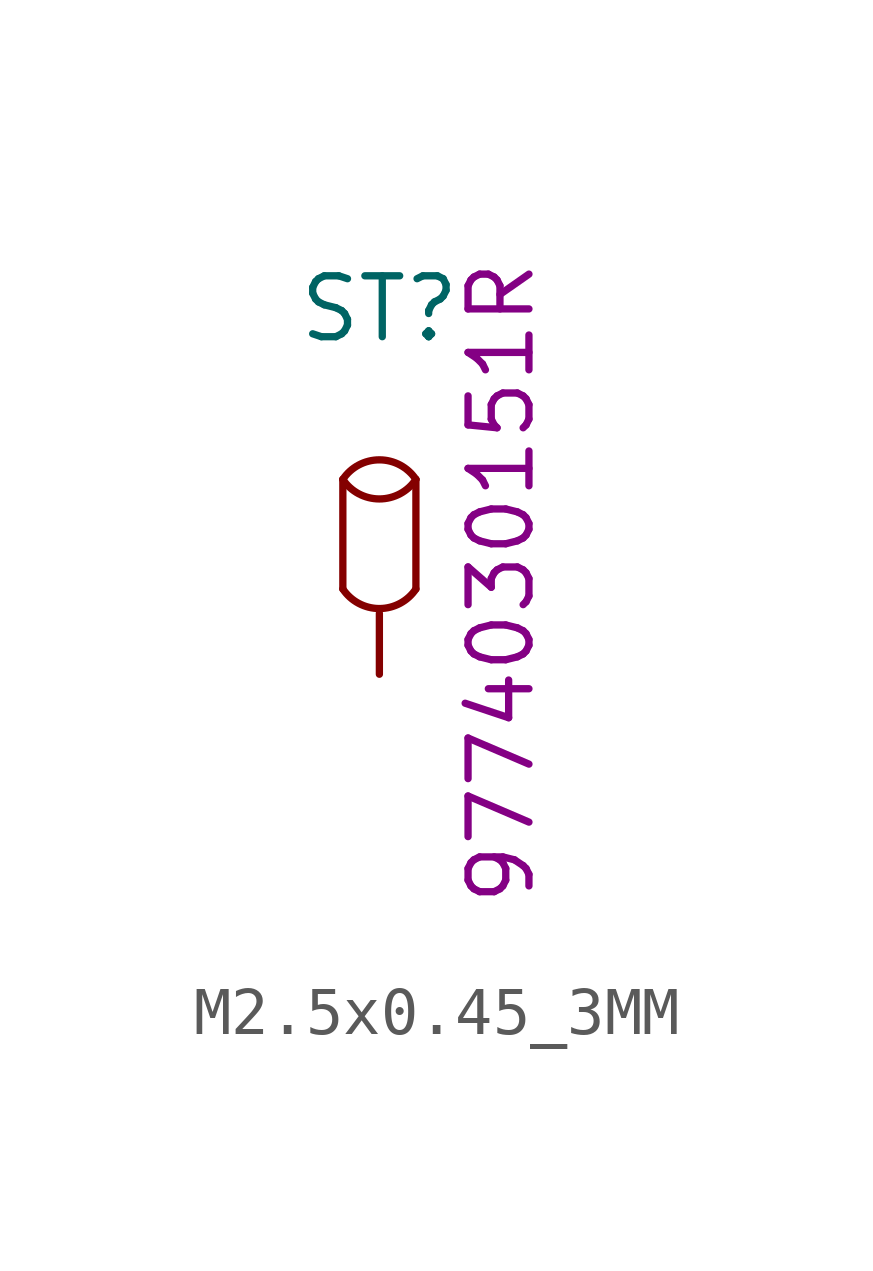
<source format=kicad_sym>
(kicad_symbol_lib
  (version 20211014)
  (generator kicad_symbol_editor)
  (symbol "M2.5x0.45_3MM"
    (pin_numbers hide)
    (pin_names
      (offset 1.016) hide)
    (property "Reference" "ST"
      (at 0 7.62 0)
      (effects (font (size 1.27 1.27))))
    (property "Manufacturer Part Number" "9774030151R"
      (at 2.54 1.905 90)
      (effects (font (size 1.27 1.27))))
    (symbol "M2.5x0.45_3MM_0_1"
      (arc (start -0.762 1.778) (mid 0 1.3702) (end 0.762 1.778) (stroke (width 0) (type default) (color 0 0 0 0)) (fill (type none)))
      (arc (start -0.762 4.064) (mid 0 3.6562) (end 0.762 4.064) (stroke (width 0) (type default) (color 0 0 0 0)) (fill (type none)))
      (polyline (pts (xy -0.762 4.064) (xy -0.762 1.778)) (stroke (width 0) (type default) (color 0 0 0 0)) (fill (type none)))
      (polyline (pts (xy 0.762 4.064) (xy 0.762 1.778)) (stroke (width 0) (type default) (color 0 0 0 0)) (fill (type none)))
      (arc (start 0.762 4.064) (mid 0 4.4718) (end -0.762 4.064) (stroke (width 0) (type default) (color 0 0 0 0)) (fill (type none))))
    (symbol "M2.5x0.45_3MM_1_1"
      (pin passive line (at 0 0 90) (length 1.27) (name "1" (effects (font (size 1.27 1.27)))) (number "1" (effects (font (size 1.27 1.27))))))))
</source>
